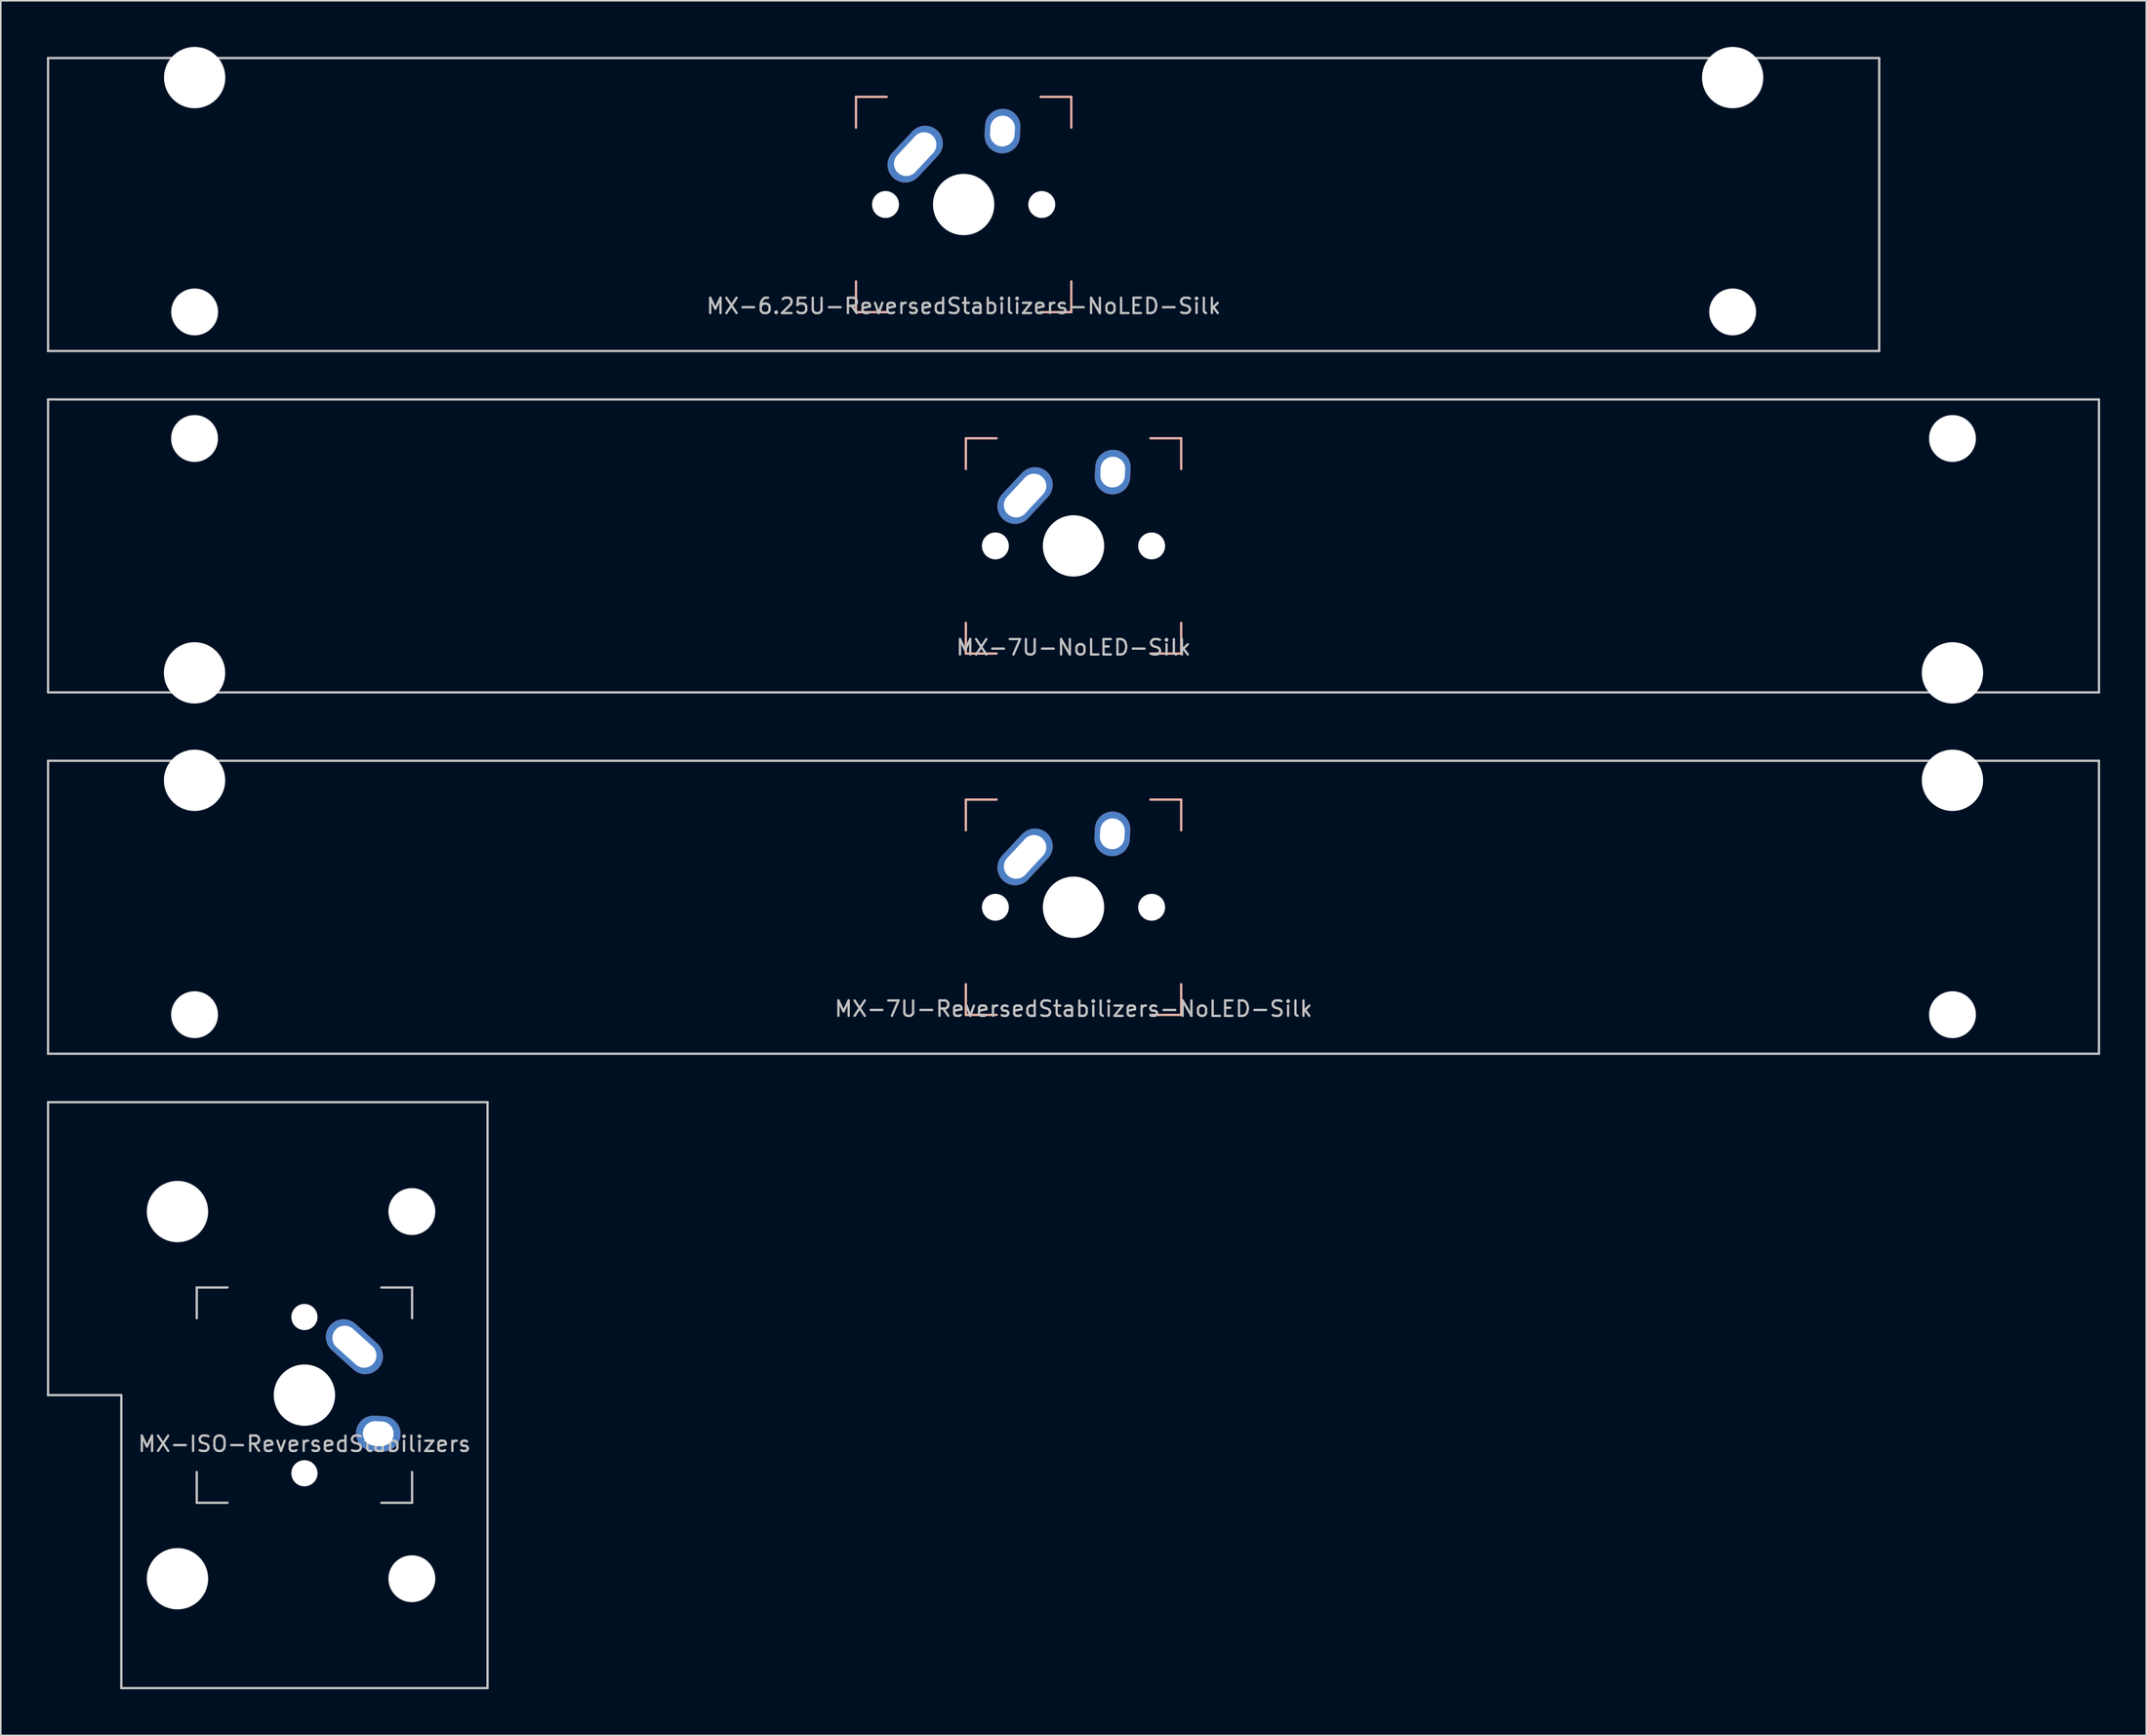
<source format=kicad_pcb>
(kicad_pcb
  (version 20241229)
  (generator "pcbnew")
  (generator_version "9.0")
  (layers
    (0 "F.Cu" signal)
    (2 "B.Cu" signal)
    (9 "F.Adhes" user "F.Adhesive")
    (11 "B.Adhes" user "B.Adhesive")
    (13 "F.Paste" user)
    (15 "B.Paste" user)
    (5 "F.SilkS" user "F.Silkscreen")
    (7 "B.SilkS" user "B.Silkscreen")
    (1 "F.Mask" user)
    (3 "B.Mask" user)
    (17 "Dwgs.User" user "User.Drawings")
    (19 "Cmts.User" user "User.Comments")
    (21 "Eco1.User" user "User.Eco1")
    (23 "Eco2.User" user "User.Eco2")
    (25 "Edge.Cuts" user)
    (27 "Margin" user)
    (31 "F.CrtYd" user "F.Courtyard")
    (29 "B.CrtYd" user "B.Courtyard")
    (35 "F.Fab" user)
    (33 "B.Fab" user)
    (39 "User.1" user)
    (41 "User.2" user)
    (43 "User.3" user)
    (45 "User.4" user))
  (footprint "MX-7U-ReversedStabilizers-NoLED-Silk"
    (layer "F.Cu")
    (at 66.75 55.947)
    (property "Reference" "MX-7U-ReversedStabilizers-NoLED-Silk" (at 0 6.604 0) (layer "Dwgs.User") (effects (font (size 1 1) (thickness 0.15))))
    (fp_line (start -7 -7) (end -7 -5) (stroke (width 0.15) (type solid)) (layer "B.SilkS"))
    (fp_line (start -7 5) (end -7 7) (stroke (width 0.15) (type solid)) (layer "B.SilkS"))
    (fp_line (start -7 7) (end -5 7) (stroke (width 0.15) (type solid)) (layer "B.SilkS"))
    (fp_line (start -5 -7) (end -7 -7) (stroke (width 0.15) (type solid)) (layer "B.SilkS"))
    (fp_line (start 5 -7) (end 7 -7) (stroke (width 0.15) (type solid)) (layer "B.SilkS"))
    (fp_line (start 5 7) (end 7 7) (stroke (width 0.15) (type solid)) (layer "B.SilkS"))
    (fp_line (start 7 -7) (end 7 -5) (stroke (width 0.15) (type solid)) (layer "B.SilkS"))
    (fp_line (start 7 7) (end 7 5) (stroke (width 0.15) (type solid)) (layer "B.SilkS"))
    (fp_line (start -66.675 -9.525) (end 66.675 -9.525) (stroke (width 0.15) (type solid)) (layer "Dwgs.User"))
    (fp_line (start -66.675 9.525) (end -66.675 -9.525) (stroke (width 0.15) (type solid)) (layer "Dwgs.User"))
    (fp_line (start -66.675 9.525) (end 66.675 9.525) (stroke (width 0.15) (type solid)) (layer "Dwgs.User"))
    (fp_line (start 66.675 -9.525) (end 66.675 9.525) (stroke (width 0.15) (type solid)) (layer "Dwgs.User"))
    (pad "" np_thru_hole circle (at -57.15 -8.255) (size 3.988 3.988) (drill 3.988) (layers "*.Cu" "*.Mask"))
    (pad "" np_thru_hole circle (at -57.15 6.985) (size 3.048 3.048) (drill 3.048) (layers "*.Cu" "*.Mask"))
    (pad "" np_thru_hole circle (at -5.08 0 48.1) (size 1.75 1.75) (drill 1.75) (layers "*.Cu" "*.Mask"))
    (pad "" np_thru_hole circle (at 0 0) (size 3.988 3.988) (drill 3.988) (layers "*.Cu" "*.Mask"))
    (pad "" np_thru_hole circle (at 5.08 0 48.1) (size 1.75 1.75) (drill 1.75) (layers "*.Cu" "*.Mask"))
    (pad "" np_thru_hole circle (at 57.15 -8.255) (size 3.988 3.988) (drill 3.988) (layers "*.Cu" "*.Mask"))
    (pad "" np_thru_hole circle (at 57.15 6.985) (size 3.048 3.048) (drill 3.048) (layers "*.Cu" "*.Mask"))
    (pad "1" thru_hole oval (at -3.15 -3.275 47) (size 4.2 2.3) (drill oval 3.3 1.6) (layers "*.Cu" "*.Mask"))
    (pad "2" thru_hole oval (at 2.525 -4.775 87) (size 2.9 2.3) (drill oval 2 1.6) (layers "*.Cu" "*.Mask")))
  (footprint "MX-7U-NoLED-Silk"
    (layer "F.Cu")
    (at 66.75 32.449)
    (property "Reference" "MX-7U-NoLED-Silk" (at 0 6.604 0) (layer "Dwgs.User") (effects (font (size 1 1) (thickness 0.15))))
    (fp_line (start -7 -7) (end -7 -5) (stroke (width 0.15) (type solid)) (layer "B.SilkS"))
    (fp_line (start -7 5) (end -7 7) (stroke (width 0.15) (type solid)) (layer "B.SilkS"))
    (fp_line (start -7 7) (end -5 7) (stroke (width 0.15) (type solid)) (layer "B.SilkS"))
    (fp_line (start -5 -7) (end -7 -7) (stroke (width 0.15) (type solid)) (layer "B.SilkS"))
    (fp_line (start 5 -7) (end 7 -7) (stroke (width 0.15) (type solid)) (layer "B.SilkS"))
    (fp_line (start 5 7) (end 7 7) (stroke (width 0.15) (type solid)) (layer "B.SilkS"))
    (fp_line (start 7 -7) (end 7 -5) (stroke (width 0.15) (type solid)) (layer "B.SilkS"))
    (fp_line (start 7 7) (end 7 5) (stroke (width 0.15) (type solid)) (layer "B.SilkS"))
    (fp_line (start -66.675 -9.525) (end 66.675 -9.525) (stroke (width 0.15) (type solid)) (layer "Dwgs.User"))
    (fp_line (start -66.675 9.525) (end -66.675 -9.525) (stroke (width 0.15) (type solid)) (layer "Dwgs.User"))
    (fp_line (start -66.675 9.525) (end 66.675 9.525) (stroke (width 0.15) (type solid)) (layer "Dwgs.User"))
    (fp_line (start 66.675 -9.525) (end 66.675 9.525) (stroke (width 0.15) (type solid)) (layer "Dwgs.User"))
    (pad "" np_thru_hole circle (at -57.15 -6.985) (size 3.048 3.048) (drill 3.048) (layers "*.Cu" "*.Mask"))
    (pad "" np_thru_hole circle (at -57.15 8.255) (size 3.988 3.988) (drill 3.988) (layers "*.Cu" "*.Mask"))
    (pad "" np_thru_hole circle (at -5.08 0 48.1) (size 1.75 1.75) (drill 1.75) (layers "*.Cu" "*.Mask"))
    (pad "" np_thru_hole circle (at 0 0) (size 3.988 3.988) (drill 3.988) (layers "*.Cu" "*.Mask"))
    (pad "" np_thru_hole circle (at 5.08 0 48.1) (size 1.75 1.75) (drill 1.75) (layers "*.Cu" "*.Mask"))
    (pad "" np_thru_hole circle (at 57.15 -6.985) (size 3.048 3.048) (drill 3.048) (layers "*.Cu" "*.Mask"))
    (pad "" np_thru_hole circle (at 57.15 8.255) (size 3.988 3.988) (drill 3.988) (layers "*.Cu" "*.Mask"))
    (pad "1" thru_hole oval (at -3.15 -3.275 47) (size 4.2 2.3) (drill oval 3.3 1.6) (layers "*.Cu" "*.Mask"))
    (pad "2" thru_hole oval (at 2.55 -4.8 87) (size 2.9 2.3) (drill oval 2 1.6) (layers "*.Cu" "*.Mask")))
  (footprint "MX-6.25U-ReversedStabilizers-NoLED-Silk"
    (layer "F.Cu")
    (at 59.606 10.249)
    (property "Reference" "MX-6.25U-ReversedStabilizers-NoLED-Silk" (at 0 6.604 0) (layer "Dwgs.User") (effects (font (size 1 1) (thickness 0.15))))
    (fp_line (start -7 -7) (end -7 -5) (stroke (width 0.15) (type solid)) (layer "B.SilkS"))
    (fp_line (start -7 5) (end -7 7) (stroke (width 0.15) (type solid)) (layer "B.SilkS"))
    (fp_line (start -7 7) (end -5 7) (stroke (width 0.15) (type solid)) (layer "B.SilkS"))
    (fp_line (start -5 -7) (end -7 -7) (stroke (width 0.15) (type solid)) (layer "B.SilkS"))
    (fp_line (start 5 -7) (end 7 -7) (stroke (width 0.15) (type solid)) (layer "B.SilkS"))
    (fp_line (start 5 7) (end 7 7) (stroke (width 0.15) (type solid)) (layer "B.SilkS"))
    (fp_line (start 7 -7) (end 7 -5) (stroke (width 0.15) (type solid)) (layer "B.SilkS"))
    (fp_line (start 7 7) (end 7 5) (stroke (width 0.15) (type solid)) (layer "B.SilkS"))
    (fp_line (start -59.531 -9.525) (end 59.531 -9.525) (stroke (width 0.15) (type solid)) (layer "Dwgs.User"))
    (fp_line (start -59.531 9.525) (end -59.531 -9.525) (stroke (width 0.15) (type solid)) (layer "Dwgs.User"))
    (fp_line (start -59.531 9.525) (end 59.531 9.525) (stroke (width 0.15) (type solid)) (layer "Dwgs.User"))
    (fp_line (start 59.531 -9.525) (end 59.531 9.525) (stroke (width 0.15) (type solid)) (layer "Dwgs.User"))
    (pad "" np_thru_hole circle (at -50 -8.255) (size 3.988 3.988) (drill 3.988) (layers "*.Cu" "*.Mask"))
    (pad "" np_thru_hole circle (at -50 6.985) (size 3.048 3.048) (drill 3.048) (layers "*.Cu" "*.Mask"))
    (pad "" np_thru_hole circle (at -5.08 0 48.1) (size 1.75 1.75) (drill 1.75) (layers "*.Cu" "*.Mask"))
    (pad "" np_thru_hole circle (at 0 0) (size 3.988 3.988) (drill 3.988) (layers "*.Cu" "*.Mask"))
    (pad "" np_thru_hole circle (at 5.08 0 48.1) (size 1.75 1.75) (drill 1.75) (layers "*.Cu" "*.Mask"))
    (pad "" np_thru_hole circle (at 50 -8.255) (size 3.988 3.988) (drill 3.988) (layers "*.Cu" "*.Mask"))
    (pad "" np_thru_hole circle (at 50 6.985) (size 3.048 3.048) (drill 3.048) (layers "*.Cu" "*.Mask"))
    (pad "1" thru_hole oval (at -3.15 -3.275 47) (size 4.2 2.3) (drill oval 3.3 1.6) (layers "*.Cu" "*.Mask"))
    (pad "2" thru_hole oval (at 2.525 -4.775 87) (size 2.9 2.3) (drill oval 2 1.6) (layers "*.Cu" "*.Mask")))
  (footprint "MX-ISO-ReversedStabilizers"
    (layer "F.Cu")
    (at 16.744 87.672)
    (property "Reference" "MX-ISO-ReversedStabilizers" (at 0 3.175 0) (layer "Dwgs.User") (effects (font (size 1 1) (thickness 0.15))))
    (fp_line (start -16.669 -19.05) (end -16.669 0) (stroke (width 0.15) (type solid)) (layer "Dwgs.User"))
    (fp_line (start -16.669 -19.05) (end 11.906 -19.05) (stroke (width 0.15) (type solid)) (layer "Dwgs.User"))
    (fp_line (start -11.906 0) (end -16.669 0) (stroke (width 0.15) (type solid)) (layer "Dwgs.User"))
    (fp_line (start -11.906 19.05) (end -11.906 0) (stroke (width 0.15) (type solid)) (layer "Dwgs.User"))
    (fp_line (start -11.906 19.05) (end 11.906 19.05) (stroke (width 0.15) (type solid)) (layer "Dwgs.User"))
    (fp_line (start -7 -7) (end -7 -5) (stroke (width 0.15) (type solid)) (layer "Dwgs.User"))
    (fp_line (start -7 5) (end -7 7) (stroke (width 0.15) (type solid)) (layer "Dwgs.User"))
    (fp_line (start -7 7) (end -5 7) (stroke (width 0.15) (type solid)) (layer "Dwgs.User"))
    (fp_line (start -5 -7) (end -7 -7) (stroke (width 0.15) (type solid)) (layer "Dwgs.User"))
    (fp_line (start 5 -7) (end 7 -7) (stroke (width 0.15) (type solid)) (layer "Dwgs.User"))
    (fp_line (start 5 7) (end 7 7) (stroke (width 0.15) (type solid)) (layer "Dwgs.User"))
    (fp_line (start 7 -7) (end 7 -5) (stroke (width 0.15) (type solid)) (layer "Dwgs.User"))
    (fp_line (start 7 7) (end 7 5) (stroke (width 0.15) (type solid)) (layer "Dwgs.User"))
    (fp_line (start 11.906 -19.05) (end 11.906 19.05) (stroke (width 0.15) (type solid)) (layer "Dwgs.User"))
    (pad "" np_thru_hole circle (at -8.255 -11.938) (size 3.988 3.988) (drill 3.988) (layers "*.Cu" "*.Mask"))
    (pad "" np_thru_hole circle (at -8.255 11.938) (size 3.988 3.988) (drill 3.988) (layers "*.Cu" "*.Mask"))
    (pad "" np_thru_hole circle (at 0 -5.08 48.1) (size 1.702 1.702) (drill 1.702) (layers "*.Cu" "*.Mask"))
    (pad "" np_thru_hole circle (at 0 0) (size 3.988 3.988) (drill 3.988) (layers "*.Cu" "*.Mask"))
    (pad "" np_thru_hole circle (at 0 5.08 48.1) (size 1.702 1.702) (drill 1.702) (layers "*.Cu" "*.Mask"))
    (pad "" np_thru_hole circle (at 6.985 -11.938) (size 3.048 3.048) (drill 3.048) (layers "*.Cu" "*.Mask"))
    (pad "" np_thru_hole circle (at 6.985 11.938) (size 3.048 3.048) (drill 3.048) (layers "*.Cu" "*.Mask"))
    (pad "1" thru_hole oval (at 4.8 2.5 357) (size 2.9 2.3) (drill oval 2 1.6) (layers "*.Cu" "*.Mask"))
    (pad "2" thru_hole oval (at 3.25 -3.15 318) (size 4.2 2.3) (drill oval 3.3 1.6) (layers "*.Cu" "*.Mask")))
  (gr_rect
    (start -3 -3)
    (end 136.5 109.797)
    (stroke (width 0.1) (type default))
    (fill no)
    (layer "Edge.Cuts")))
</source>
